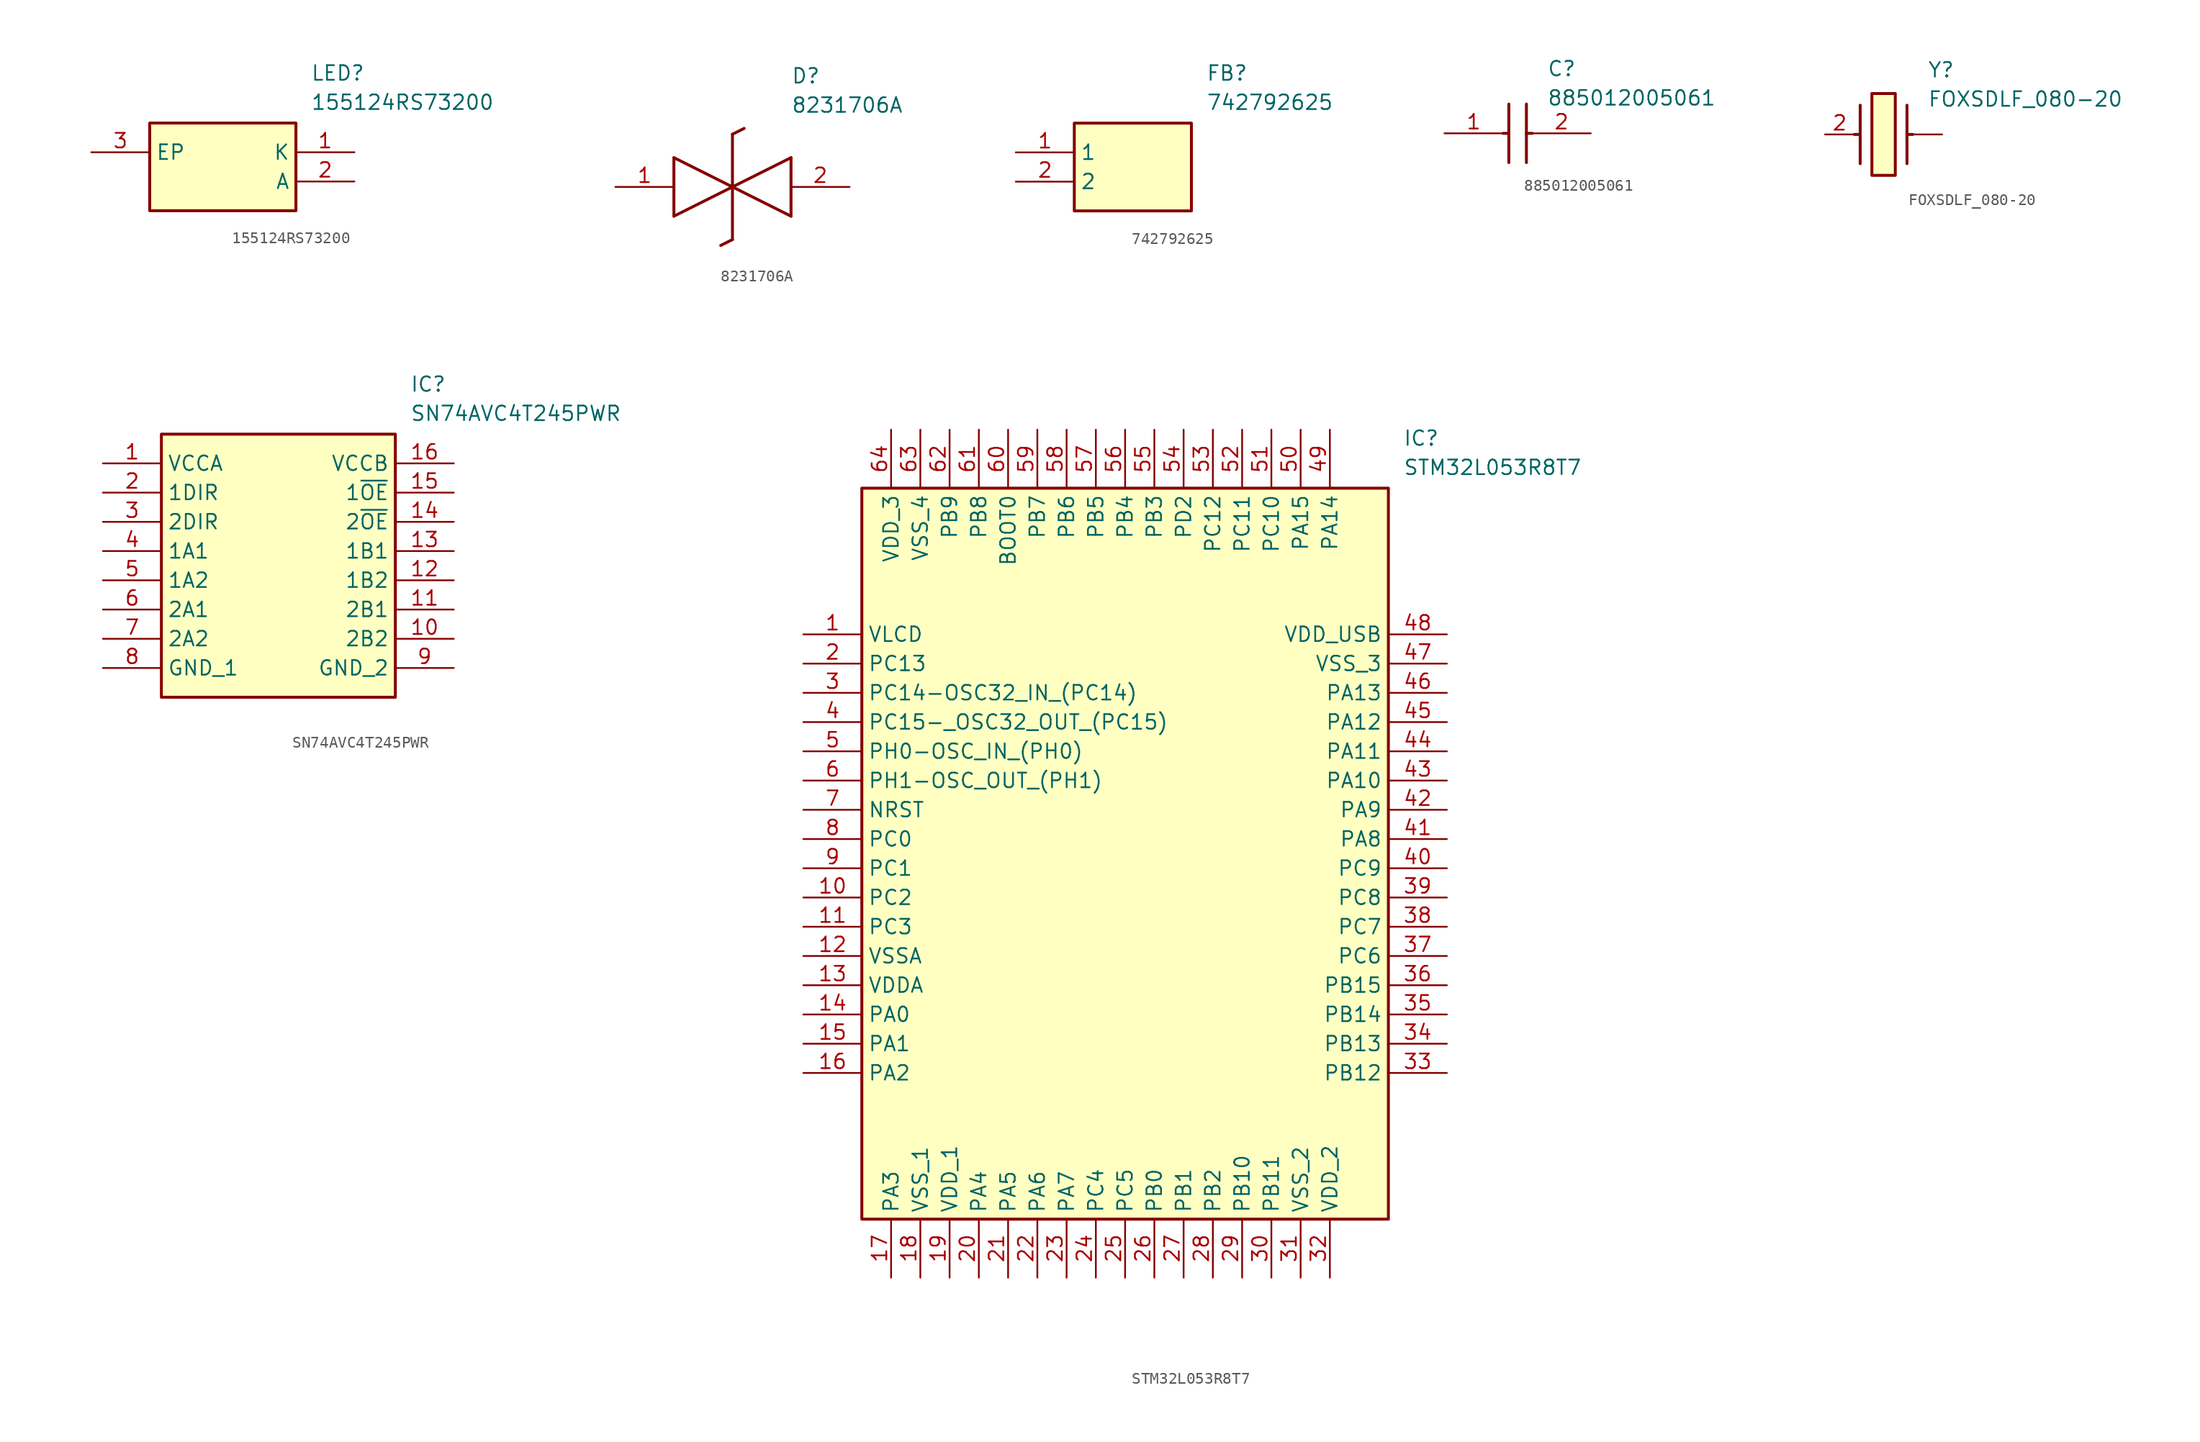
<source format=kicad_sym>
(kicad_symbol_lib
  (version 20231120)
  (generator "kicad_symbol_editor")
  (generator_version "8.0")
  (symbol "155124RS73200"
    (property "Reference" "LED"
      (at 19.05 7.62 0)
      (effects (font (size 1.27 1.27)) (justify left top)))
    (property "Value" "155124RS73200"
      (at 19.05 5.08 0)
      (effects (font (size 1.27 1.27)) (justify left top)))
    (symbol "155124RS73200_1_1"
      (rectangle (start 5.08 2.54) (end 17.78 -5.08) (stroke (width 0.254) (type default)) (fill (type background)))
      (pin passive line (at 22.86 0 180) (length 5.08) (name "K" (effects (font (size 1.27 1.27)))) (number "1" (effects (font (size 1.27 1.27)))))
      (pin passive line (at 22.86 -2.54 180) (length 5.08) (name "A" (effects (font (size 1.27 1.27)))) (number "2" (effects (font (size 1.27 1.27)))))
      (pin passive line (at 0 0 0) (length 5.08) (name "EP" (effects (font (size 1.27 1.27)))) (number "3" (effects (font (size 1.27 1.27)))))))
  (symbol "8231706A"
    (pin_names hide)
    (property "Reference" "D"
      (at 15.24 8.89 0)
      (effects (font (size 1.27 1.27)) (justify left bottom)))
    (property "Value" "8231706A"
      (at 15.24 6.35 0)
      (effects (font (size 1.27 1.27)) (justify left bottom)))
    (symbol "8231706A_1_1"
      (polyline (pts (xy 5.08 2.54) (xy 5.08 -2.54)) (stroke (width 0.254) (type default)) (fill (type none)))
      (polyline (pts (xy 5.08 2.54) (xy 10.16 0)) (stroke (width 0.254) (type default)) (fill (type none)))
      (polyline (pts (xy 10.16 -4.572) (xy 9.144 -5.08)) (stroke (width 0.254) (type default)) (fill (type none)))
      (polyline (pts (xy 10.16 -4.572) (xy 10.16 4.572)) (stroke (width 0.254) (type default)) (fill (type none)))
      (polyline (pts (xy 10.16 0) (xy 5.08 -2.54)) (stroke (width 0.254) (type default)) (fill (type none)))
      (polyline (pts (xy 10.16 0) (xy 15.24 -2.54)) (stroke (width 0.254) (type default)) (fill (type none)))
      (polyline (pts (xy 11.176 5.08) (xy 10.16 4.572)) (stroke (width 0.254) (type default)) (fill (type none)))
      (polyline (pts (xy 15.24 2.54) (xy 10.16 0)) (stroke (width 0.254) (type default)) (fill (type none)))
      (polyline (pts (xy 15.24 2.54) (xy 15.24 -2.54)) (stroke (width 0.254) (type default)) (fill (type none)))
      (pin passive line (at 0 0 0) (length 5.08) (name "K1" (effects (font (size 1.27 1.27)))) (number "1" (effects (font (size 1.27 1.27)))))
      (pin passive line (at 20.32 0 180) (length 5.08) (name "K2" (effects (font (size 1.27 1.27)))) (number "2" (effects (font (size 1.27 1.27)))))))
  (symbol "742792625"
    (property "Reference" "FB"
      (at 16.51 7.62 0)
      (effects (font (size 1.27 1.27)) (justify left top)))
    (property "Value" "742792625"
      (at 16.51 5.08 0)
      (effects (font (size 1.27 1.27)) (justify left top)))
    (symbol "742792625_1_1"
      (rectangle (start 5.08 2.54) (end 15.24 -5.08) (stroke (width 0.254) (type default)) (fill (type background)))
      (pin passive line (at 0 0 0) (length 5.08) (name "1" (effects (font (size 1.27 1.27)))) (number "1" (effects (font (size 1.27 1.27)))))
      (pin passive line (at 0 -2.54 0) (length 5.08) (name "2" (effects (font (size 1.27 1.27)))) (number "2" (effects (font (size 1.27 1.27)))))))
  (symbol "885012005061"
    (pin_names hide)
    (property "Reference" "C"
      (at 8.89 6.35 0)
      (effects (font (size 1.27 1.27)) (justify left top)))
    (property "Value" "885012005061"
      (at 8.89 3.81 0)
      (effects (font (size 1.27 1.27)) (justify left top)))
    (symbol "885012005061_1_1"
      (polyline (pts (xy 5.08 0) (xy 5.588 0)) (stroke (width 0.254) (type default)) (fill (type none)))
      (polyline (pts (xy 5.588 2.54) (xy 5.588 -2.54)) (stroke (width 0.254) (type default)) (fill (type none)))
      (polyline (pts (xy 7.112 0) (xy 7.62 0)) (stroke (width 0.254) (type default)) (fill (type none)))
      (polyline (pts (xy 7.112 2.54) (xy 7.112 -2.54)) (stroke (width 0.254) (type default)) (fill (type none)))
      (pin passive line (at 0 0 0) (length 5.08) (name "1" (effects (font (size 1.27 1.27)))) (number "1" (effects (font (size 1.27 1.27)))))
      (pin passive line (at 12.7 0 180) (length 5.08) (name "2" (effects (font (size 1.27 1.27)))) (number "2" (effects (font (size 1.27 1.27)))))))
  (symbol "FOXSDLF_080-20"
    (pin_names hide)
    (property "Reference" "Y"
      (at 8.89 6.35 0)
      (effects (font (size 1.27 1.27)) (justify left top)))
    (property "Value" "FOXSDLF_080-20"
      (at 8.89 3.81 0)
      (effects (font (size 1.27 1.27)) (justify left top)))
    (symbol "FOXSDLF_080-20_1_1"
      (polyline (pts (xy 3.048 0) (xy 2.54 0)) (stroke (width 0.254) (type default)) (fill (type none)))
      (polyline (pts (xy 3.048 2.54) (xy 3.048 -2.54)) (stroke (width 0.254) (type default)) (fill (type none)))
      (polyline (pts (xy 7.112 0) (xy 7.62 0)) (stroke (width 0.254) (type default)) (fill (type none)))
      (polyline (pts (xy 7.112 2.54) (xy 7.112 -2.54)) (stroke (width 0.254) (type default)) (fill (type none)))
      (rectangle (start 4.064 3.556) (end 6.096 -3.556) (stroke (width 0.254) (type default)) (fill (type background)))
      (pin passive line (at 10.16 0 180) (length 2.54) (name "" (effects (font (size 1.27 1.27)))) (number "" (effects (font (size 1.27 1.27)))))
      (pin passive line (at 0 0 0) (length 2.54) (name "CRYSTAL_2" (effects (font (size 1.27 1.27)))) (number "2" (effects (font (size 1.27 1.27)))))))
  (symbol "SN74AVC4T245PWR"
    (property "Reference" "IC"
      (at 26.67 7.62 0)
      (effects (font (size 1.27 1.27)) (justify left top)))
    (property "Value" "SN74AVC4T245PWR"
      (at 26.67 5.08 0)
      (effects (font (size 1.27 1.27)) (justify left top)))
    (symbol "SN74AVC4T245PWR_1_1"
      (rectangle (start 5.08 2.54) (end 25.4 -20.32) (stroke (width 0.254) (type default)) (fill (type background)))
      (pin passive line (at 0 0 0) (length 5.08) (name "VCCA" (effects (font (size 1.27 1.27)))) (number "1" (effects (font (size 1.27 1.27)))))
      (pin passive line (at 30.48 -15.24 180) (length 5.08) (name "2B2" (effects (font (size 1.27 1.27)))) (number "10" (effects (font (size 1.27 1.27)))))
      (pin passive line (at 30.48 -12.7 180) (length 5.08) (name "2B1" (effects (font (size 1.27 1.27)))) (number "11" (effects (font (size 1.27 1.27)))))
      (pin passive line (at 30.48 -10.16 180) (length 5.08) (name "1B2" (effects (font (size 1.27 1.27)))) (number "12" (effects (font (size 1.27 1.27)))))
      (pin passive line (at 30.48 -7.62 180) (length 5.08) (name "1B1" (effects (font (size 1.27 1.27)))) (number "13" (effects (font (size 1.27 1.27)))))
      (pin passive line (at 30.48 -5.08 180) (length 5.08) (name "2~{OE}" (effects (font (size 1.27 1.27)))) (number "14" (effects (font (size 1.27 1.27)))))
      (pin passive line (at 30.48 -2.54 180) (length 5.08) (name "1~{OE}" (effects (font (size 1.27 1.27)))) (number "15" (effects (font (size 1.27 1.27)))))
      (pin passive line (at 30.48 0 180) (length 5.08) (name "VCCB" (effects (font (size 1.27 1.27)))) (number "16" (effects (font (size 1.27 1.27)))))
      (pin passive line (at 0 -2.54 0) (length 5.08) (name "1DIR" (effects (font (size 1.27 1.27)))) (number "2" (effects (font (size 1.27 1.27)))))
      (pin passive line (at 0 -5.08 0) (length 5.08) (name "2DIR" (effects (font (size 1.27 1.27)))) (number "3" (effects (font (size 1.27 1.27)))))
      (pin passive line (at 0 -7.62 0) (length 5.08) (name "1A1" (effects (font (size 1.27 1.27)))) (number "4" (effects (font (size 1.27 1.27)))))
      (pin passive line (at 0 -10.16 0) (length 5.08) (name "1A2" (effects (font (size 1.27 1.27)))) (number "5" (effects (font (size 1.27 1.27)))))
      (pin passive line (at 0 -12.7 0) (length 5.08) (name "2A1" (effects (font (size 1.27 1.27)))) (number "6" (effects (font (size 1.27 1.27)))))
      (pin passive line (at 0 -15.24 0) (length 5.08) (name "2A2" (effects (font (size 1.27 1.27)))) (number "7" (effects (font (size 1.27 1.27)))))
      (pin passive line (at 0 -17.78 0) (length 5.08) (name "GND_1" (effects (font (size 1.27 1.27)))) (number "8" (effects (font (size 1.27 1.27)))))
      (pin passive line (at 30.48 -17.78 180) (length 5.08) (name "GND_2" (effects (font (size 1.27 1.27)))) (number "9" (effects (font (size 1.27 1.27)))))))
  (symbol "STM32L053R8T7"
    (property "Reference" "IC"
      (at 52.07 17.78 0)
      (effects (font (size 1.27 1.27)) (justify left top)))
    (property "Value" "STM32L053R8T7"
      (at 52.07 15.24 0)
      (effects (font (size 1.27 1.27)) (justify left top)))
    (symbol "STM32L053R8T7_1_1"
      (rectangle (start 5.08 12.7) (end 50.8 -50.8) (stroke (width 0.254) (type default)) (fill (type background)))
      (pin passive line (at 0 0 0) (length 5.08) (name "VLCD" (effects (font (size 1.27 1.27)))) (number "1" (effects (font (size 1.27 1.27)))))
      (pin passive line (at 0 -22.86 0) (length 5.08) (name "PC2" (effects (font (size 1.27 1.27)))) (number "10" (effects (font (size 1.27 1.27)))))
      (pin passive line (at 0 -25.4 0) (length 5.08) (name "PC3" (effects (font (size 1.27 1.27)))) (number "11" (effects (font (size 1.27 1.27)))))
      (pin passive line (at 0 -27.94 0) (length 5.08) (name "VSSA" (effects (font (size 1.27 1.27)))) (number "12" (effects (font (size 1.27 1.27)))))
      (pin passive line (at 0 -30.48 0) (length 5.08) (name "VDDA" (effects (font (size 1.27 1.27)))) (number "13" (effects (font (size 1.27 1.27)))))
      (pin passive line (at 0 -33.02 0) (length 5.08) (name "PA0" (effects (font (size 1.27 1.27)))) (number "14" (effects (font (size 1.27 1.27)))))
      (pin passive line (at 0 -35.56 0) (length 5.08) (name "PA1" (effects (font (size 1.27 1.27)))) (number "15" (effects (font (size 1.27 1.27)))))
      (pin passive line (at 0 -38.1 0) (length 5.08) (name "PA2" (effects (font (size 1.27 1.27)))) (number "16" (effects (font (size 1.27 1.27)))))
      (pin passive line (at 7.62 -55.88 90) (length 5.08) (name "PA3" (effects (font (size 1.27 1.27)))) (number "17" (effects (font (size 1.27 1.27)))))
      (pin passive line (at 10.16 -55.88 90) (length 5.08) (name "VSS_1" (effects (font (size 1.27 1.27)))) (number "18" (effects (font (size 1.27 1.27)))))
      (pin passive line (at 12.7 -55.88 90) (length 5.08) (name "VDD_1" (effects (font (size 1.27 1.27)))) (number "19" (effects (font (size 1.27 1.27)))))
      (pin passive line (at 0 -2.54 0) (length 5.08) (name "PC13" (effects (font (size 1.27 1.27)))) (number "2" (effects (font (size 1.27 1.27)))))
      (pin passive line (at 15.24 -55.88 90) (length 5.08) (name "PA4" (effects (font (size 1.27 1.27)))) (number "20" (effects (font (size 1.27 1.27)))))
      (pin passive line (at 17.78 -55.88 90) (length 5.08) (name "PA5" (effects (font (size 1.27 1.27)))) (number "21" (effects (font (size 1.27 1.27)))))
      (pin passive line (at 20.32 -55.88 90) (length 5.08) (name "PA6" (effects (font (size 1.27 1.27)))) (number "22" (effects (font (size 1.27 1.27)))))
      (pin passive line (at 22.86 -55.88 90) (length 5.08) (name "PA7" (effects (font (size 1.27 1.27)))) (number "23" (effects (font (size 1.27 1.27)))))
      (pin passive line (at 25.4 -55.88 90) (length 5.08) (name "PC4" (effects (font (size 1.27 1.27)))) (number "24" (effects (font (size 1.27 1.27)))))
      (pin passive line (at 27.94 -55.88 90) (length 5.08) (name "PC5" (effects (font (size 1.27 1.27)))) (number "25" (effects (font (size 1.27 1.27)))))
      (pin passive line (at 30.48 -55.88 90) (length 5.08) (name "PB0" (effects (font (size 1.27 1.27)))) (number "26" (effects (font (size 1.27 1.27)))))
      (pin passive line (at 33.02 -55.88 90) (length 5.08) (name "PB1" (effects (font (size 1.27 1.27)))) (number "27" (effects (font (size 1.27 1.27)))))
      (pin passive line (at 35.56 -55.88 90) (length 5.08) (name "PB2" (effects (font (size 1.27 1.27)))) (number "28" (effects (font (size 1.27 1.27)))))
      (pin passive line (at 38.1 -55.88 90) (length 5.08) (name "PB10" (effects (font (size 1.27 1.27)))) (number "29" (effects (font (size 1.27 1.27)))))
      (pin passive line (at 0 -5.08 0) (length 5.08) (name "PC14-OSC32_IN_(PC14)" (effects (font (size 1.27 1.27)))) (number "3" (effects (font (size 1.27 1.27)))))
      (pin passive line (at 40.64 -55.88 90) (length 5.08) (name "PB11" (effects (font (size 1.27 1.27)))) (number "30" (effects (font (size 1.27 1.27)))))
      (pin passive line (at 43.18 -55.88 90) (length 5.08) (name "VSS_2" (effects (font (size 1.27 1.27)))) (number "31" (effects (font (size 1.27 1.27)))))
      (pin passive line (at 45.72 -55.88 90) (length 5.08) (name "VDD_2" (effects (font (size 1.27 1.27)))) (number "32" (effects (font (size 1.27 1.27)))))
      (pin passive line (at 55.88 -38.1 180) (length 5.08) (name "PB12" (effects (font (size 1.27 1.27)))) (number "33" (effects (font (size 1.27 1.27)))))
      (pin passive line (at 55.88 -35.56 180) (length 5.08) (name "PB13" (effects (font (size 1.27 1.27)))) (number "34" (effects (font (size 1.27 1.27)))))
      (pin passive line (at 55.88 -33.02 180) (length 5.08) (name "PB14" (effects (font (size 1.27 1.27)))) (number "35" (effects (font (size 1.27 1.27)))))
      (pin passive line (at 55.88 -30.48 180) (length 5.08) (name "PB15" (effects (font (size 1.27 1.27)))) (number "36" (effects (font (size 1.27 1.27)))))
      (pin passive line (at 55.88 -27.94 180) (length 5.08) (name "PC6" (effects (font (size 1.27 1.27)))) (number "37" (effects (font (size 1.27 1.27)))))
      (pin passive line (at 55.88 -25.4 180) (length 5.08) (name "PC7" (effects (font (size 1.27 1.27)))) (number "38" (effects (font (size 1.27 1.27)))))
      (pin passive line (at 55.88 -22.86 180) (length 5.08) (name "PC8" (effects (font (size 1.27 1.27)))) (number "39" (effects (font (size 1.27 1.27)))))
      (pin passive line (at 0 -7.62 0) (length 5.08) (name "PC15-_OSC32_OUT_(PC15)" (effects (font (size 1.27 1.27)))) (number "4" (effects (font (size 1.27 1.27)))))
      (pin passive line (at 55.88 -20.32 180) (length 5.08) (name "PC9" (effects (font (size 1.27 1.27)))) (number "40" (effects (font (size 1.27 1.27)))))
      (pin passive line (at 55.88 -17.78 180) (length 5.08) (name "PA8" (effects (font (size 1.27 1.27)))) (number "41" (effects (font (size 1.27 1.27)))))
      (pin passive line (at 55.88 -15.24 180) (length 5.08) (name "PA9" (effects (font (size 1.27 1.27)))) (number "42" (effects (font (size 1.27 1.27)))))
      (pin passive line (at 55.88 -12.7 180) (length 5.08) (name "PA10" (effects (font (size 1.27 1.27)))) (number "43" (effects (font (size 1.27 1.27)))))
      (pin passive line (at 55.88 -10.16 180) (length 5.08) (name "PA11" (effects (font (size 1.27 1.27)))) (number "44" (effects (font (size 1.27 1.27)))))
      (pin passive line (at 55.88 -7.62 180) (length 5.08) (name "PA12" (effects (font (size 1.27 1.27)))) (number "45" (effects (font (size 1.27 1.27)))))
      (pin passive line (at 55.88 -5.08 180) (length 5.08) (name "PA13" (effects (font (size 1.27 1.27)))) (number "46" (effects (font (size 1.27 1.27)))))
      (pin passive line (at 55.88 -2.54 180) (length 5.08) (name "VSS_3" (effects (font (size 1.27 1.27)))) (number "47" (effects (font (size 1.27 1.27)))))
      (pin passive line (at 55.88 0 180) (length 5.08) (name "VDD_USB" (effects (font (size 1.27 1.27)))) (number "48" (effects (font (size 1.27 1.27)))))
      (pin passive line (at 45.72 17.78 270) (length 5.08) (name "PA14" (effects (font (size 1.27 1.27)))) (number "49" (effects (font (size 1.27 1.27)))))
      (pin passive line (at 0 -10.16 0) (length 5.08) (name "PH0-OSC_IN_(PH0)" (effects (font (size 1.27 1.27)))) (number "5" (effects (font (size 1.27 1.27)))))
      (pin passive line (at 43.18 17.78 270) (length 5.08) (name "PA15" (effects (font (size 1.27 1.27)))) (number "50" (effects (font (size 1.27 1.27)))))
      (pin passive line (at 40.64 17.78 270) (length 5.08) (name "PC10" (effects (font (size 1.27 1.27)))) (number "51" (effects (font (size 1.27 1.27)))))
      (pin passive line (at 38.1 17.78 270) (length 5.08) (name "PC11" (effects (font (size 1.27 1.27)))) (number "52" (effects (font (size 1.27 1.27)))))
      (pin passive line (at 35.56 17.78 270) (length 5.08) (name "PC12" (effects (font (size 1.27 1.27)))) (number "53" (effects (font (size 1.27 1.27)))))
      (pin passive line (at 33.02 17.78 270) (length 5.08) (name "PD2" (effects (font (size 1.27 1.27)))) (number "54" (effects (font (size 1.27 1.27)))))
      (pin passive line (at 30.48 17.78 270) (length 5.08) (name "PB3" (effects (font (size 1.27 1.27)))) (number "55" (effects (font (size 1.27 1.27)))))
      (pin passive line (at 27.94 17.78 270) (length 5.08) (name "PB4" (effects (font (size 1.27 1.27)))) (number "56" (effects (font (size 1.27 1.27)))))
      (pin passive line (at 25.4 17.78 270) (length 5.08) (name "PB5" (effects (font (size 1.27 1.27)))) (number "57" (effects (font (size 1.27 1.27)))))
      (pin passive line (at 22.86 17.78 270) (length 5.08) (name "PB6" (effects (font (size 1.27 1.27)))) (number "58" (effects (font (size 1.27 1.27)))))
      (pin passive line (at 20.32 17.78 270) (length 5.08) (name "PB7" (effects (font (size 1.27 1.27)))) (number "59" (effects (font (size 1.27 1.27)))))
      (pin passive line (at 0 -12.7 0) (length 5.08) (name "PH1-OSC_OUT_(PH1)" (effects (font (size 1.27 1.27)))) (number "6" (effects (font (size 1.27 1.27)))))
      (pin passive line (at 17.78 17.78 270) (length 5.08) (name "BOOT0" (effects (font (size 1.27 1.27)))) (number "60" (effects (font (size 1.27 1.27)))))
      (pin passive line (at 15.24 17.78 270) (length 5.08) (name "PB8" (effects (font (size 1.27 1.27)))) (number "61" (effects (font (size 1.27 1.27)))))
      (pin passive line (at 12.7 17.78 270) (length 5.08) (name "PB9" (effects (font (size 1.27 1.27)))) (number "62" (effects (font (size 1.27 1.27)))))
      (pin passive line (at 10.16 17.78 270) (length 5.08) (name "VSS_4" (effects (font (size 1.27 1.27)))) (number "63" (effects (font (size 1.27 1.27)))))
      (pin passive line (at 7.62 17.78 270) (length 5.08) (name "VDD_3" (effects (font (size 1.27 1.27)))) (number "64" (effects (font (size 1.27 1.27)))))
      (pin passive line (at 0 -15.24 0) (length 5.08) (name "NRST" (effects (font (size 1.27 1.27)))) (number "7" (effects (font (size 1.27 1.27)))))
      (pin passive line (at 0 -17.78 0) (length 5.08) (name "PC0" (effects (font (size 1.27 1.27)))) (number "8" (effects (font (size 1.27 1.27)))))
      (pin passive line (at 0 -20.32 0) (length 5.08) (name "PC1" (effects (font (size 1.27 1.27)))) (number "9" (effects (font (size 1.27 1.27))))))))
</source>
